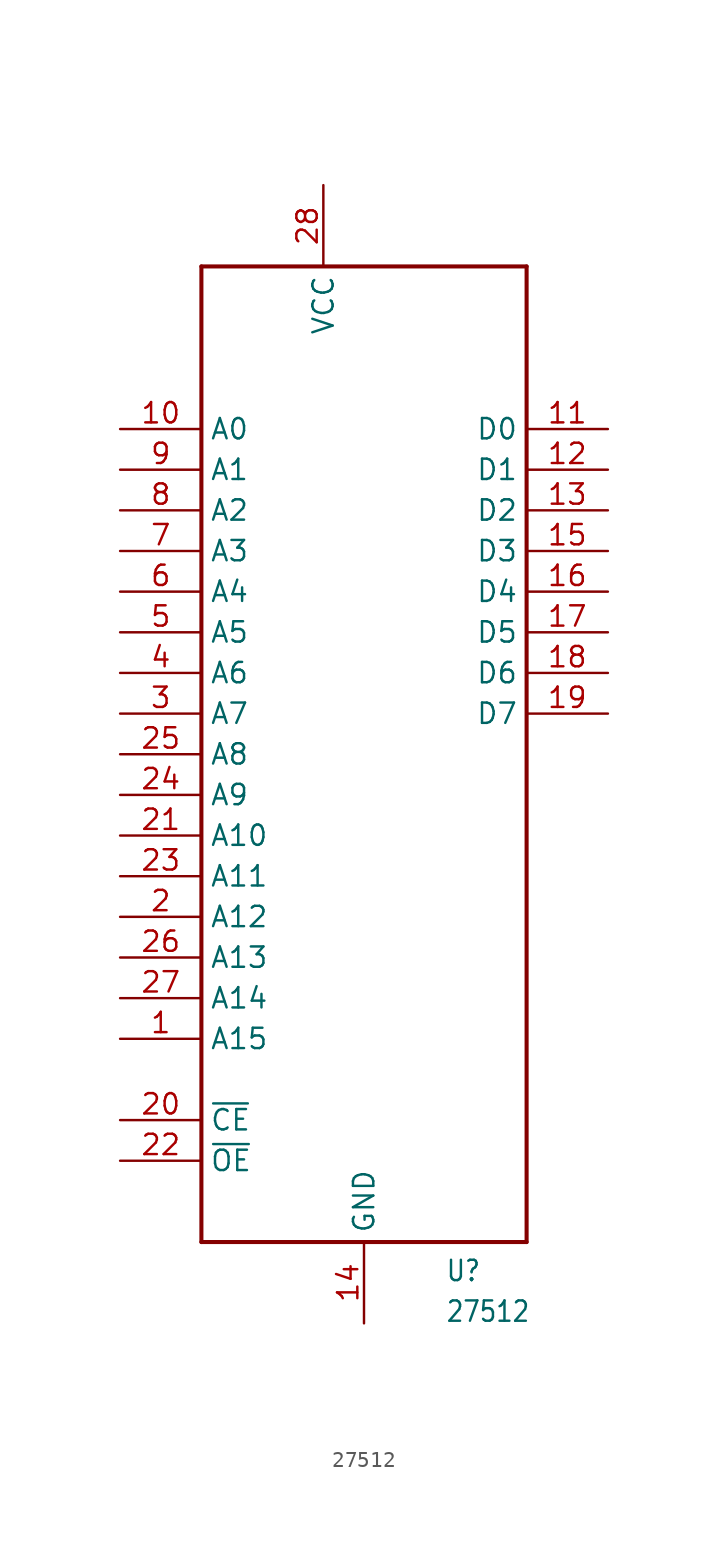
<source format=kicad_sym>
(kicad_symbol_lib
  (version 20211014)
  (generator kicad_symbol_editor)
  (symbol "27512"
    (property "Reference" "U"
      (at 5.08 -33.02 0)
      (effects (font (size 1.27 1.079)) (justify left bottom)))
    (property "Value" "27512"
      (at 5.08 -35.56 0)
      (effects (font (size 1.27 1.079)) (justify left bottom)))
    (property "ki_locked" ""
      (at 0 0 0)
      (effects (font (size 1.27 1.27))))
    (symbol "27512_1_0"
      (polyline (pts (xy -10.16 -30.48) (xy 10.16 -30.48)) (stroke (width 0.254) (type default) (color 0 0 0 0)) (fill (type none)))
      (polyline (pts (xy -10.16 30.48) (xy -10.16 -30.48)) (stroke (width 0.254) (type default) (color 0 0 0 0)) (fill (type none)))
      (polyline (pts (xy 10.16 -30.48) (xy 10.16 30.48)) (stroke (width 0.254) (type default) (color 0 0 0 0)) (fill (type none)))
      (polyline (pts (xy 10.16 30.48) (xy -10.16 30.48)) (stroke (width 0.254) (type default) (color 0 0 0 0)) (fill (type none)))
      (pin input line (at -15.24 -17.78 0) (length 5.08) (name "A15" (effects (font (size 1.27 1.27)))) (number "1" (effects (font (size 1.27 1.27)))))
      (pin input line (at -15.24 20.32 0) (length 5.08) (name "A0" (effects (font (size 1.27 1.27)))) (number "10" (effects (font (size 1.27 1.27)))))
      (pin output line (at 15.24 20.32 180) (length 5.08) (name "D0" (effects (font (size 1.27 1.27)))) (number "11" (effects (font (size 1.27 1.27)))))
      (pin output line (at 15.24 17.78 180) (length 5.08) (name "D1" (effects (font (size 1.27 1.27)))) (number "12" (effects (font (size 1.27 1.27)))))
      (pin output line (at 15.24 15.24 180) (length 5.08) (name "D2" (effects (font (size 1.27 1.27)))) (number "13" (effects (font (size 1.27 1.27)))))
      (pin passive line (at 0 -35.56 90) (length 5.08) (name "GND" (effects (font (size 1.27 1.27)))) (number "14" (effects (font (size 1.27 1.27)))))
      (pin output line (at 15.24 12.7 180) (length 5.08) (name "D3" (effects (font (size 1.27 1.27)))) (number "15" (effects (font (size 1.27 1.27)))))
      (pin output line (at 15.24 10.16 180) (length 5.08) (name "D4" (effects (font (size 1.27 1.27)))) (number "16" (effects (font (size 1.27 1.27)))))
      (pin output line (at 15.24 7.62 180) (length 5.08) (name "D5" (effects (font (size 1.27 1.27)))) (number "17" (effects (font (size 1.27 1.27)))))
      (pin output line (at 15.24 5.08 180) (length 5.08) (name "D6" (effects (font (size 1.27 1.27)))) (number "18" (effects (font (size 1.27 1.27)))))
      (pin output line (at 15.24 2.54 180) (length 5.08) (name "D7" (effects (font (size 1.27 1.27)))) (number "19" (effects (font (size 1.27 1.27)))))
      (pin input line (at -15.24 -10.16 0) (length 5.08) (name "A12" (effects (font (size 1.27 1.27)))) (number "2" (effects (font (size 1.27 1.27)))))
      (pin input line (at -15.24 -22.86 0) (length 5.08) (name "~{CE}" (effects (font (size 1.27 1.27)))) (number "20" (effects (font (size 1.27 1.27)))))
      (pin input line (at -15.24 -5.08 0) (length 5.08) (name "A10" (effects (font (size 1.27 1.27)))) (number "21" (effects (font (size 1.27 1.27)))))
      (pin input line (at -15.24 -25.4 0) (length 5.08) (name "~{OE}" (effects (font (size 1.27 1.27)))) (number "22" (effects (font (size 1.27 1.27)))))
      (pin input line (at -15.24 -7.62 0) (length 5.08) (name "A11" (effects (font (size 1.27 1.27)))) (number "23" (effects (font (size 1.27 1.27)))))
      (pin input line (at -15.24 -2.54 0) (length 5.08) (name "A9" (effects (font (size 1.27 1.27)))) (number "24" (effects (font (size 1.27 1.27)))))
      (pin input line (at -15.24 0 0) (length 5.08) (name "A8" (effects (font (size 1.27 1.27)))) (number "25" (effects (font (size 1.27 1.27)))))
      (pin input line (at -15.24 -12.7 0) (length 5.08) (name "A13" (effects (font (size 1.27 1.27)))) (number "26" (effects (font (size 1.27 1.27)))))
      (pin input line (at -15.24 -15.24 0) (length 5.08) (name "A14" (effects (font (size 1.27 1.27)))) (number "27" (effects (font (size 1.27 1.27)))))
      (pin passive line (at -2.54 35.56 270) (length 5.08) (name "VCC" (effects (font (size 1.27 1.27)))) (number "28" (effects (font (size 1.27 1.27)))))
      (pin input line (at -15.24 2.54 0) (length 5.08) (name "A7" (effects (font (size 1.27 1.27)))) (number "3" (effects (font (size 1.27 1.27)))))
      (pin input line (at -15.24 5.08 0) (length 5.08) (name "A6" (effects (font (size 1.27 1.27)))) (number "4" (effects (font (size 1.27 1.27)))))
      (pin input line (at -15.24 7.62 0) (length 5.08) (name "A5" (effects (font (size 1.27 1.27)))) (number "5" (effects (font (size 1.27 1.27)))))
      (pin input line (at -15.24 10.16 0) (length 5.08) (name "A4" (effects (font (size 1.27 1.27)))) (number "6" (effects (font (size 1.27 1.27)))))
      (pin input line (at -15.24 12.7 0) (length 5.08) (name "A3" (effects (font (size 1.27 1.27)))) (number "7" (effects (font (size 1.27 1.27)))))
      (pin input line (at -15.24 15.24 0) (length 5.08) (name "A2" (effects (font (size 1.27 1.27)))) (number "8" (effects (font (size 1.27 1.27)))))
      (pin input line (at -15.24 17.78 0) (length 5.08) (name "A1" (effects (font (size 1.27 1.27)))) (number "9" (effects (font (size 1.27 1.27))))))))
</source>
